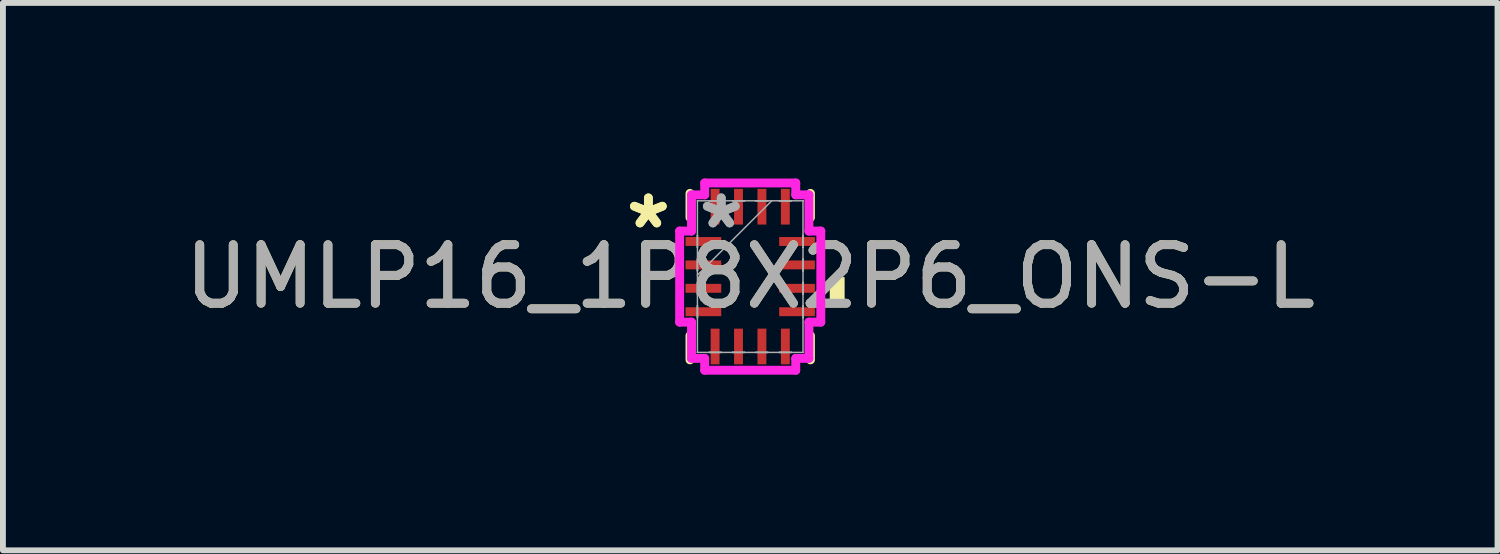
<source format=kicad_pcb>
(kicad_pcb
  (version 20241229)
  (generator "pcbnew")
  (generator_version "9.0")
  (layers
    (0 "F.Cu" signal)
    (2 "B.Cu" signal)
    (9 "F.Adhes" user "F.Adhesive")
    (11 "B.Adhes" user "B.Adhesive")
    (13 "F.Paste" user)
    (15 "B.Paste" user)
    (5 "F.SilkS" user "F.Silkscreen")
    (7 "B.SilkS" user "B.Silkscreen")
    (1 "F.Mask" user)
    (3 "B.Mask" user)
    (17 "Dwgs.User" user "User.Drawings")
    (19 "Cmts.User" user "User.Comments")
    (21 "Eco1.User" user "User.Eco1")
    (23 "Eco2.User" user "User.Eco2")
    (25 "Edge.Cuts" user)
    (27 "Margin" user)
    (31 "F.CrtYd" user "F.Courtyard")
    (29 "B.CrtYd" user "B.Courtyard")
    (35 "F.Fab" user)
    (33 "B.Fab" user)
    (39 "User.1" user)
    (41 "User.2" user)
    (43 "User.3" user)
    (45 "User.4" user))
  (footprint "UMLP16_1P8X2P6_ONS-L"
    (layer "F.Cu")
    (at 9.768 1.676)
    (property "Reference" "UMLP16_1P8X2P6_ONS-L" (at 0 0 0) (unlocked yes) (layer "F.SilkS") (effects (font (size 1 1) (thickness 0.15))))
    (attr smd)
    (fp_line (start -1.029 -1.422) (end -1.029 -1.009) (stroke (width 0.152) (type solid)) (layer "F.SilkS"))
    (fp_line (start -1.029 1.009) (end -1.029 1.422) (stroke (width 0.152) (type solid)) (layer "F.SilkS"))
    (fp_line (start 1.029 -1.009) (end 1.029 -1.422) (stroke (width 0.152) (type solid)) (layer "F.SilkS"))
    (fp_line (start 1.029 1.422) (end 1.029 1.009) (stroke (width 0.152) (type solid)) (layer "F.SilkS"))
    (fp_poly (pts (xy 1.613 0.009) (xy 1.613 0.391) (xy 1.359 0.391) (xy 1.359 0.009)) (stroke (width 0) (type solid)) (fill yes) (layer "F.SilkS"))
    (fp_line (start -1.206 -0.778) (end -1.003 -0.778) (stroke (width 0.152) (type solid)) (layer "F.CrtYd"))
    (fp_line (start -1.206 0.778) (end -1.206 -0.778) (stroke (width 0.152) (type solid)) (layer "F.CrtYd"))
    (fp_line (start -1.003 -1.397) (end -0.778 -1.397) (stroke (width 0.152) (type solid)) (layer "F.CrtYd"))
    (fp_line (start -1.003 -0.778) (end -1.003 -1.397) (stroke (width 0.152) (type solid)) (layer "F.CrtYd"))
    (fp_line (start -1.003 0.778) (end -1.206 0.778) (stroke (width 0.152) (type solid)) (layer "F.CrtYd"))
    (fp_line (start -1.003 1.397) (end -1.003 0.778) (stroke (width 0.152) (type solid)) (layer "F.CrtYd"))
    (fp_line (start -0.778 -1.6) (end 0.778 -1.6) (stroke (width 0.152) (type solid)) (layer "F.CrtYd"))
    (fp_line (start -0.778 -1.397) (end -0.778 -1.6) (stroke (width 0.152) (type solid)) (layer "F.CrtYd"))
    (fp_line (start -0.778 1.397) (end -1.003 1.397) (stroke (width 0.152) (type solid)) (layer "F.CrtYd"))
    (fp_line (start -0.778 1.6) (end -0.778 1.397) (stroke (width 0.152) (type solid)) (layer "F.CrtYd"))
    (fp_line (start 0.778 -1.6) (end 0.778 -1.397) (stroke (width 0.152) (type solid)) (layer "F.CrtYd"))
    (fp_line (start 0.778 -1.397) (end 1.003 -1.397) (stroke (width 0.152) (type solid)) (layer "F.CrtYd"))
    (fp_line (start 0.778 1.397) (end 0.778 1.6) (stroke (width 0.152) (type solid)) (layer "F.CrtYd"))
    (fp_line (start 0.778 1.6) (end -0.778 1.6) (stroke (width 0.152) (type solid)) (layer "F.CrtYd"))
    (fp_line (start 1.003 -1.397) (end 1.003 -0.778) (stroke (width 0.152) (type solid)) (layer "F.CrtYd"))
    (fp_line (start 1.003 -0.778) (end 1.206 -0.778) (stroke (width 0.152) (type solid)) (layer "F.CrtYd"))
    (fp_line (start 1.003 0.778) (end 1.003 1.397) (stroke (width 0.152) (type solid)) (layer "F.CrtYd"))
    (fp_line (start 1.003 1.397) (end 0.778 1.397) (stroke (width 0.152) (type solid)) (layer "F.CrtYd"))
    (fp_line (start 1.206 -0.778) (end 1.206 0.778) (stroke (width 0.152) (type solid)) (layer "F.CrtYd"))
    (fp_line (start 1.206 0.778) (end 1.003 0.778) (stroke (width 0.152) (type solid)) (layer "F.CrtYd"))
    (fp_line (start -0.902 -1.295) (end -0.902 -1.295) (stroke (width 0.025) (type solid)) (layer "F.Fab"))
    (fp_line (start -0.902 -1.295) (end -0.902 1.295) (stroke (width 0.025) (type solid)) (layer "F.Fab"))
    (fp_line (start -0.902 -0.702) (end -0.902 -0.702) (stroke (width 0.025) (type solid)) (layer "F.Fab"))
    (fp_line (start -0.902 -0.702) (end -0.902 -0.498) (stroke (width 0.025) (type solid)) (layer "F.Fab"))
    (fp_line (start -0.902 -0.498) (end -0.902 -0.702) (stroke (width 0.025) (type solid)) (layer "F.Fab"))
    (fp_line (start -0.902 -0.498) (end -0.902 -0.498) (stroke (width 0.025) (type solid)) (layer "F.Fab"))
    (fp_line (start -0.902 -0.302) (end -0.902 -0.302) (stroke (width 0.025) (type solid)) (layer "F.Fab"))
    (fp_line (start -0.902 -0.302) (end -0.902 -0.098) (stroke (width 0.025) (type solid)) (layer "F.Fab"))
    (fp_line (start -0.902 -0.098) (end -0.902 -0.302) (stroke (width 0.025) (type solid)) (layer "F.Fab"))
    (fp_line (start -0.902 -0.098) (end -0.902 -0.098) (stroke (width 0.025) (type solid)) (layer "F.Fab"))
    (fp_line (start -0.902 -0.025) (end 0.368 -1.295) (stroke (width 0.025) (type solid)) (layer "F.Fab"))
    (fp_line (start -0.902 0.098) (end -0.902 0.098) (stroke (width 0.025) (type solid)) (layer "F.Fab"))
    (fp_line (start -0.902 0.098) (end -0.902 0.302) (stroke (width 0.025) (type solid)) (layer "F.Fab"))
    (fp_line (start -0.902 0.302) (end -0.902 0.098) (stroke (width 0.025) (type solid)) (layer "F.Fab"))
    (fp_line (start -0.902 0.302) (end -0.902 0.302) (stroke (width 0.025) (type solid)) (layer "F.Fab"))
    (fp_line (start -0.902 0.498) (end -0.902 0.498) (stroke (width 0.025) (type solid)) (layer "F.Fab"))
    (fp_line (start -0.902 0.498) (end -0.902 0.702) (stroke (width 0.025) (type solid)) (layer "F.Fab"))
    (fp_line (start -0.902 0.702) (end -0.902 0.498) (stroke (width 0.025) (type solid)) (layer "F.Fab"))
    (fp_line (start -0.902 0.702) (end -0.902 0.702) (stroke (width 0.025) (type solid)) (layer "F.Fab"))
    (fp_line (start -0.902 1.295) (end -0.902 1.295) (stroke (width 0.025) (type solid)) (layer "F.Fab"))
    (fp_line (start -0.902 1.295) (end 0.902 1.295) (stroke (width 0.025) (type solid)) (layer "F.Fab"))
    (fp_line (start -0.702 -1.295) (end -0.702 -1.295) (stroke (width 0.025) (type solid)) (layer "F.Fab"))
    (fp_line (start -0.702 -1.295) (end -0.498 -1.295) (stroke (width 0.025) (type solid)) (layer "F.Fab"))
    (fp_line (start -0.702 1.295) (end -0.702 1.295) (stroke (width 0.025) (type solid)) (layer "F.Fab"))
    (fp_line (start -0.702 1.295) (end -0.498 1.295) (stroke (width 0.025) (type solid)) (layer "F.Fab"))
    (fp_line (start -0.498 -1.295) (end -0.702 -1.295) (stroke (width 0.025) (type solid)) (layer "F.Fab"))
    (fp_line (start -0.498 -1.295) (end -0.498 -1.295) (stroke (width 0.025) (type solid)) (layer "F.Fab"))
    (fp_line (start -0.498 1.295) (end -0.702 1.295) (stroke (width 0.025) (type solid)) (layer "F.Fab"))
    (fp_line (start -0.498 1.295) (end -0.498 1.295) (stroke (width 0.025) (type solid)) (layer "F.Fab"))
    (fp_line (start -0.302 -1.295) (end -0.302 -1.295) (stroke (width 0.025) (type solid)) (layer "F.Fab"))
    (fp_line (start -0.302 -1.295) (end -0.098 -1.295) (stroke (width 0.025) (type solid)) (layer "F.Fab"))
    (fp_line (start -0.302 1.295) (end -0.302 1.295) (stroke (width 0.025) (type solid)) (layer "F.Fab"))
    (fp_line (start -0.302 1.295) (end -0.098 1.295) (stroke (width 0.025) (type solid)) (layer "F.Fab"))
    (fp_line (start -0.098 -1.295) (end -0.302 -1.295) (stroke (width 0.025) (type solid)) (layer "F.Fab"))
    (fp_line (start -0.098 -1.295) (end -0.098 -1.295) (stroke (width 0.025) (type solid)) (layer "F.Fab"))
    (fp_line (start -0.098 1.295) (end -0.302 1.295) (stroke (width 0.025) (type solid)) (layer "F.Fab"))
    (fp_line (start -0.098 1.295) (end -0.098 1.295) (stroke (width 0.025) (type solid)) (layer "F.Fab"))
    (fp_line (start 0.098 -1.295) (end 0.098 -1.295) (stroke (width 0.025) (type solid)) (layer "F.Fab"))
    (fp_line (start 0.098 -1.295) (end 0.302 -1.295) (stroke (width 0.025) (type solid)) (layer "F.Fab"))
    (fp_line (start 0.098 1.295) (end 0.098 1.295) (stroke (width 0.025) (type solid)) (layer "F.Fab"))
    (fp_line (start 0.098 1.295) (end 0.302 1.295) (stroke (width 0.025) (type solid)) (layer "F.Fab"))
    (fp_line (start 0.302 -1.295) (end 0.098 -1.295) (stroke (width 0.025) (type solid)) (layer "F.Fab"))
    (fp_line (start 0.302 -1.295) (end 0.302 -1.295) (stroke (width 0.025) (type solid)) (layer "F.Fab"))
    (fp_line (start 0.302 1.295) (end 0.098 1.295) (stroke (width 0.025) (type solid)) (layer "F.Fab"))
    (fp_line (start 0.302 1.295) (end 0.302 1.295) (stroke (width 0.025) (type solid)) (layer "F.Fab"))
    (fp_line (start 0.498 -1.295) (end 0.498 -1.295) (stroke (width 0.025) (type solid)) (layer "F.Fab"))
    (fp_line (start 0.498 -1.295) (end 0.702 -1.295) (stroke (width 0.025) (type solid)) (layer "F.Fab"))
    (fp_line (start 0.498 1.295) (end 0.498 1.295) (stroke (width 0.025) (type solid)) (layer "F.Fab"))
    (fp_line (start 0.498 1.295) (end 0.702 1.295) (stroke (width 0.025) (type solid)) (layer "F.Fab"))
    (fp_line (start 0.702 -1.295) (end 0.498 -1.295) (stroke (width 0.025) (type solid)) (layer "F.Fab"))
    (fp_line (start 0.702 -1.295) (end 0.702 -1.295) (stroke (width 0.025) (type solid)) (layer "F.Fab"))
    (fp_line (start 0.702 1.295) (end 0.498 1.295) (stroke (width 0.025) (type solid)) (layer "F.Fab"))
    (fp_line (start 0.702 1.295) (end 0.702 1.295) (stroke (width 0.025) (type solid)) (layer "F.Fab"))
    (fp_line (start 0.902 -1.295) (end -0.902 -1.295) (stroke (width 0.025) (type solid)) (layer "F.Fab"))
    (fp_line (start 0.902 -1.295) (end 0.902 -1.295) (stroke (width 0.025) (type solid)) (layer "F.Fab"))
    (fp_line (start 0.902 -0.702) (end 0.902 -0.702) (stroke (width 0.025) (type solid)) (layer "F.Fab"))
    (fp_line (start 0.902 -0.702) (end 0.902 -0.498) (stroke (width 0.025) (type solid)) (layer "F.Fab"))
    (fp_line (start 0.902 -0.498) (end 0.902 -0.702) (stroke (width 0.025) (type solid)) (layer "F.Fab"))
    (fp_line (start 0.902 -0.498) (end 0.902 -0.498) (stroke (width 0.025) (type solid)) (layer "F.Fab"))
    (fp_line (start 0.902 -0.302) (end 0.902 -0.302) (stroke (width 0.025) (type solid)) (layer "F.Fab"))
    (fp_line (start 0.902 -0.302) (end 0.902 -0.098) (stroke (width 0.025) (type solid)) (layer "F.Fab"))
    (fp_line (start 0.902 -0.098) (end 0.902 -0.302) (stroke (width 0.025) (type solid)) (layer "F.Fab"))
    (fp_line (start 0.902 -0.098) (end 0.902 -0.098) (stroke (width 0.025) (type solid)) (layer "F.Fab"))
    (fp_line (start 0.902 0.098) (end 0.902 0.098) (stroke (width 0.025) (type solid)) (layer "F.Fab"))
    (fp_line (start 0.902 0.098) (end 0.902 0.302) (stroke (width 0.025) (type solid)) (layer "F.Fab"))
    (fp_line (start 0.902 0.302) (end 0.902 0.098) (stroke (width 0.025) (type solid)) (layer "F.Fab"))
    (fp_line (start 0.902 0.302) (end 0.902 0.302) (stroke (width 0.025) (type solid)) (layer "F.Fab"))
    (fp_line (start 0.902 0.498) (end 0.902 0.498) (stroke (width 0.025) (type solid)) (layer "F.Fab"))
    (fp_line (start 0.902 0.498) (end 0.902 0.702) (stroke (width 0.025) (type solid)) (layer "F.Fab"))
    (fp_line (start 0.902 0.702) (end 0.902 0.498) (stroke (width 0.025) (type solid)) (layer "F.Fab"))
    (fp_line (start 0.902 0.702) (end 0.902 0.702) (stroke (width 0.025) (type solid)) (layer "F.Fab"))
    (fp_line (start 0.902 1.295) (end 0.902 -1.295) (stroke (width 0.025) (type solid)) (layer "F.Fab"))
    (fp_line (start 0.902 1.295) (end 0.902 1.295) (stroke (width 0.025) (type solid)) (layer "F.Fab"))
    (fp_text user "*" (at -1.74 -0.8 0) (unlocked yes) (layer "F.SilkS") (effects (font (size 1 1) (thickness 0.15))))
    (fp_text user "*" (at -1.74 -0.8 0) (layer "F.SilkS") (effects (font (size 1 1) (thickness 0.15))))
    (fp_text user "*" (at -0.495 -0.8 0) (unlocked yes) (layer "F.Fab") (effects (font (size 1 1) (thickness 0.15))))
    (fp_text user "${REFERENCE}" (at 0 0 0) (unlocked yes) (layer "F.Fab") (effects (font (size 1 1) (thickness 0.15))))
    (fp_text user "*" (at -0.495 -0.8 0) (layer "F.Fab") (effects (font (size 1 1) (thickness 0.15))))
    (pad "1" smd rect (at -0.8 -0.6 90) (size 0.152 0.61) (layers "F.Cu" "F.Mask" "F.Paste"))
    (pad "2" smd rect (at -0.8 -0.2 90) (size 0.152 0.61) (layers "F.Cu" "F.Mask" "F.Paste"))
    (pad "3" smd rect (at -0.8 0.2 90) (size 0.152 0.61) (layers "F.Cu" "F.Mask" "F.Paste"))
    (pad "4" smd rect (at -0.8 0.6 90) (size 0.152 0.61) (layers "F.Cu" "F.Mask" "F.Paste"))
    (pad "5" smd rect (at -0.6 1.194) (size 0.152 0.61) (layers "F.Cu" "F.Mask" "F.Paste"))
    (pad "6" smd rect (at -0.2 1.194) (size 0.152 0.61) (layers "F.Cu" "F.Mask" "F.Paste"))
    (pad "7" smd rect (at 0.2 1.194) (size 0.152 0.61) (layers "F.Cu" "F.Mask" "F.Paste"))
    (pad "8" smd rect (at 0.6 1.194) (size 0.152 0.61) (layers "F.Cu" "F.Mask" "F.Paste"))
    (pad "9" smd rect (at 0.8 0.6 90) (size 0.152 0.61) (layers "F.Cu" "F.Mask" "F.Paste"))
    (pad "10" smd rect (at 0.8 0.2 90) (size 0.152 0.61) (layers "F.Cu" "F.Mask" "F.Paste"))
    (pad "11" smd rect (at 0.8 -0.2 90) (size 0.152 0.61) (layers "F.Cu" "F.Mask" "F.Paste"))
    (pad "12" smd rect (at 0.8 -0.6 90) (size 0.152 0.61) (layers "F.Cu" "F.Mask" "F.Paste"))
    (pad "13" smd rect (at 0.6 -1.194) (size 0.152 0.61) (layers "F.Cu" "F.Mask" "F.Paste"))
    (pad "14" smd rect (at 0.2 -1.194) (size 0.152 0.61) (layers "F.Cu" "F.Mask" "F.Paste"))
    (pad "15" smd rect (at -0.2 -1.194) (size 0.152 0.61) (layers "F.Cu" "F.Mask" "F.Paste"))
    (pad "16" smd rect (at -0.6 -1.194) (size 0.152 0.61) (layers "F.Cu" "F.Mask" "F.Paste")))
  (gr_rect
    (start -3 -3)
    (end 22.536 6.353)
    (stroke (width 0.1) (type default))
    (fill no)
    (layer "Edge.Cuts")))
</source>
